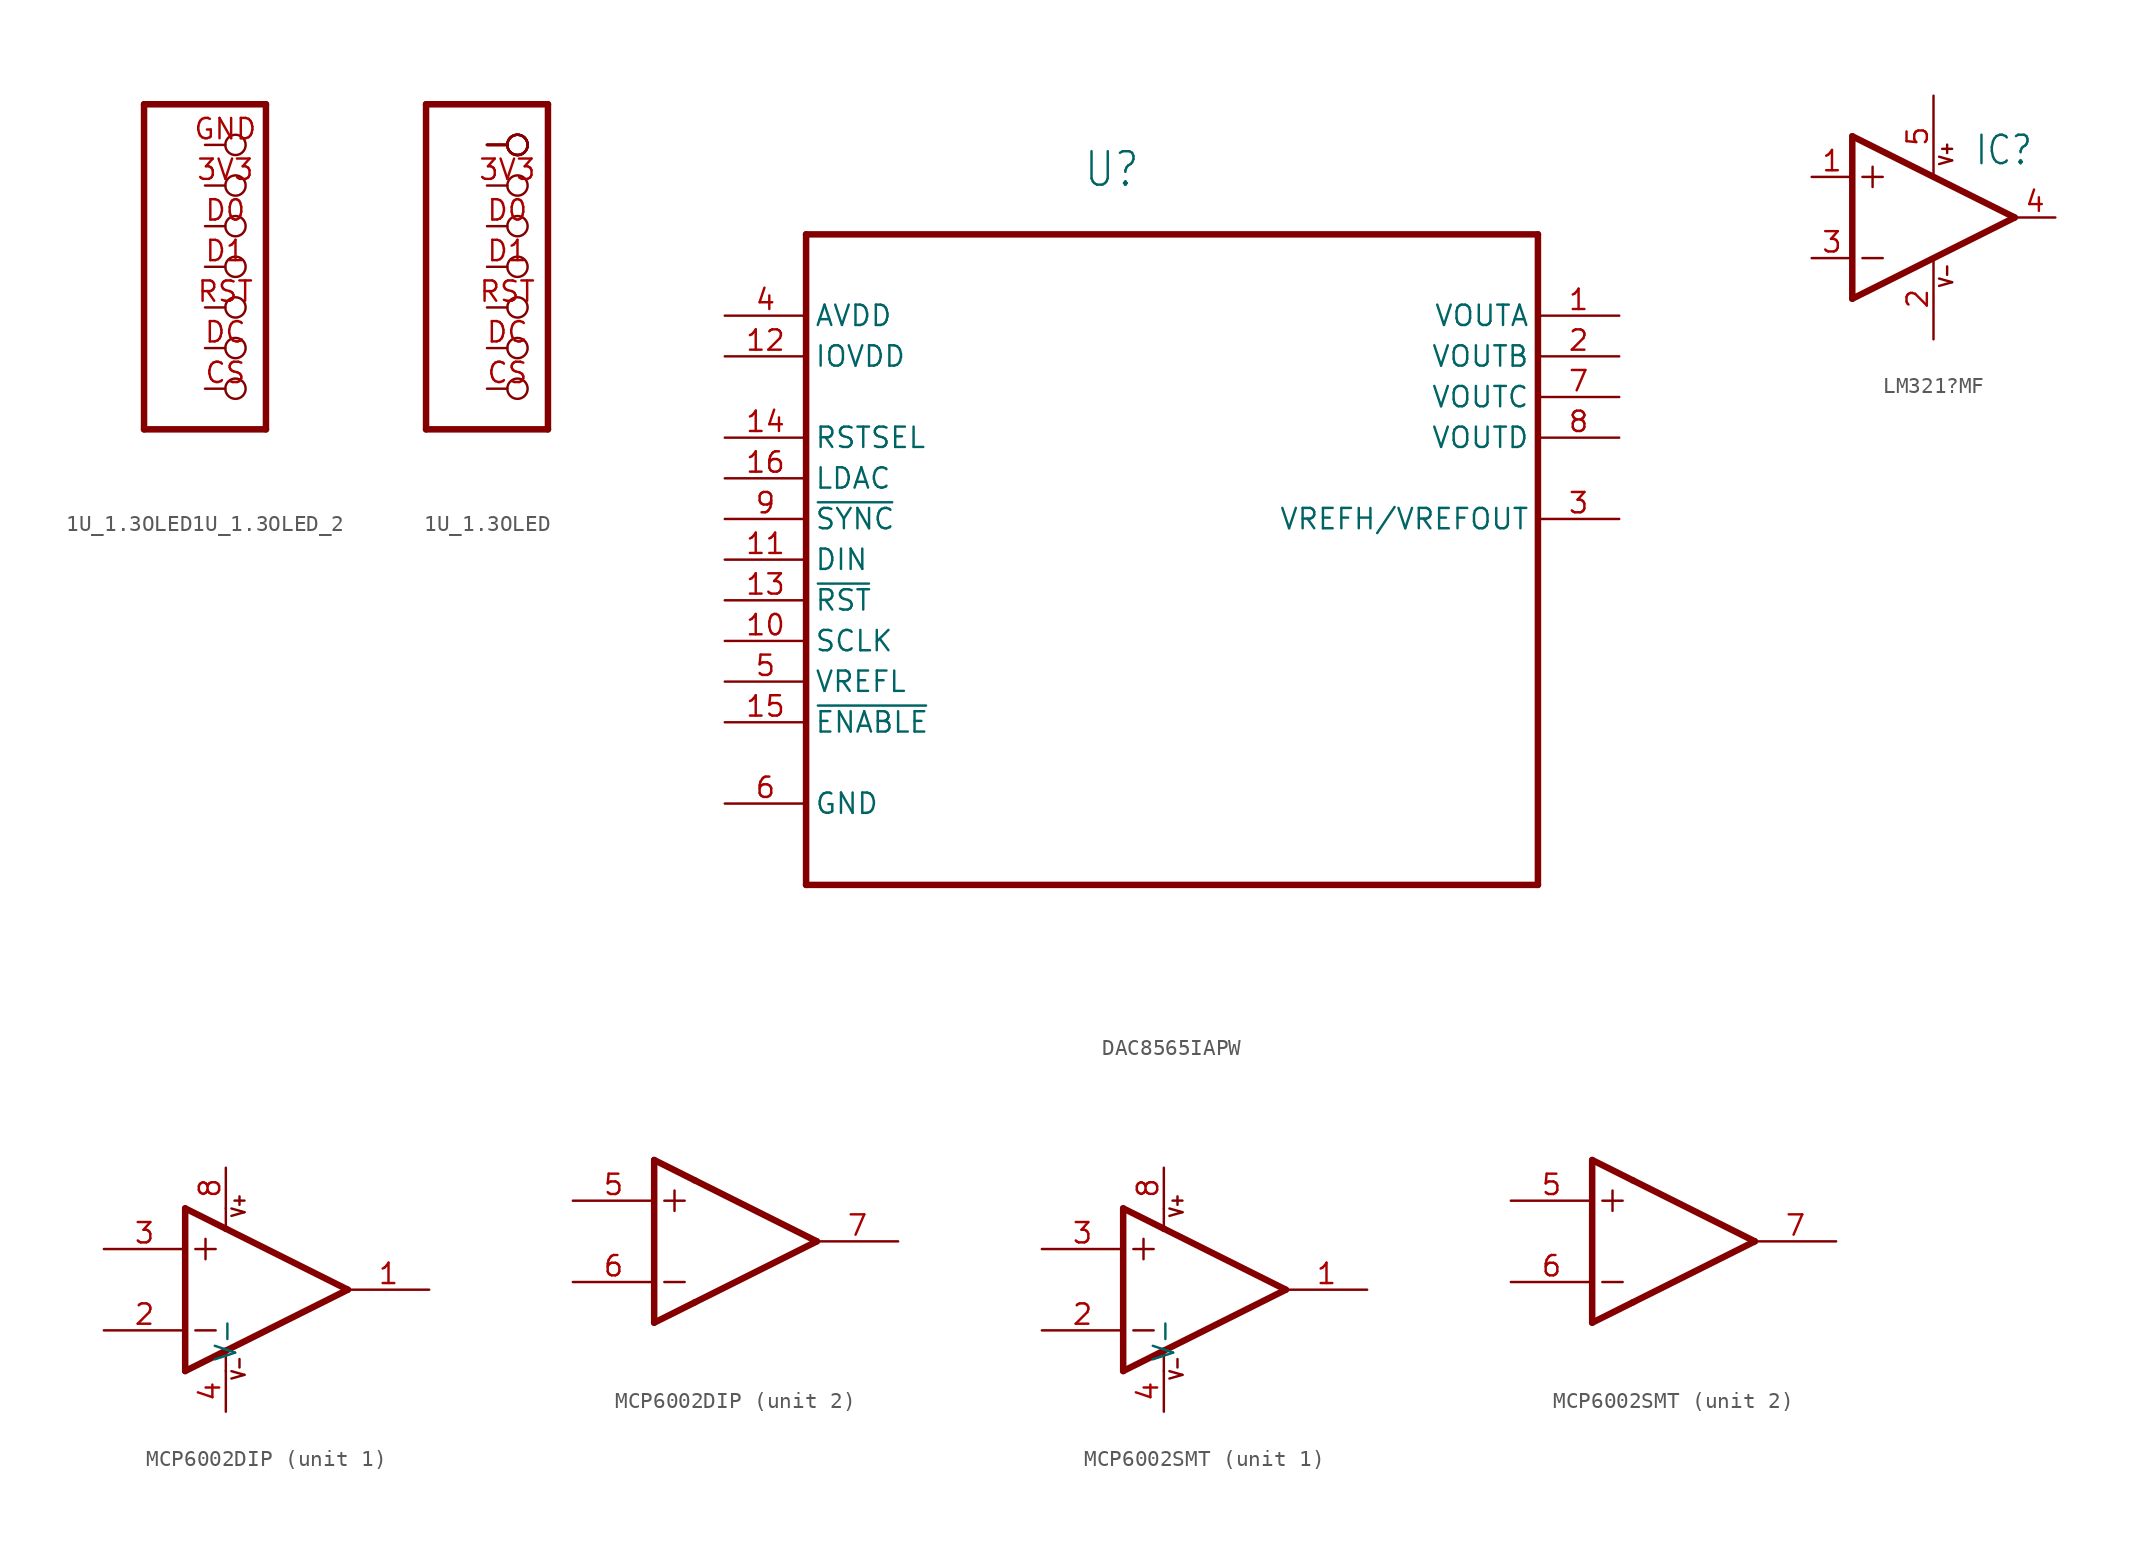
<source format=kicad_sym>
(kicad_symbol_lib
  (version 20231120)
  (generator "kicad_symbol_editor")
  (generator_version "8.0")
  (symbol "1U_1.3OLED1U_1.3OLED_2"
    (property "Reference" ""
      (at -3.81 10.795 0)
      (effects (font (size 1.778 1.511)) (justify left bottom) (hide yes)))
    (property "Value" ""
      (at -3.81 -12.7 0)
      (effects (font (size 1.778 1.511)) (justify left bottom)))
    (property "ki_locked" ""
      (at 0 0 0)
      (effects (font (size 1.27 1.27))))
    (symbol "1U_1.3OLED1U_1.3OLED_2_1_0"
      (polyline (pts (xy -3.81 -10.16) (xy 3.81 -10.16)) (stroke (width 0.406) (type solid)) (fill (type none)))
      (polyline (pts (xy -3.81 10.16) (xy -3.81 -10.16)) (stroke (width 0.406) (type solid)) (fill (type none)))
      (polyline (pts (xy 3.81 -10.16) (xy 3.81 10.16)) (stroke (width 0.406) (type solid)) (fill (type none)))
      (polyline (pts (xy 3.81 10.16) (xy -3.81 10.16)) (stroke (width 0.406) (type solid)) (fill (type none)))
      (pin passive inverted (at 0 5.08 0) (length 2.54) (name "3V3" (effects (font (size 0 0)))) (number "3V3" (effects (font (size 1.27 1.27)))))
      (pin passive inverted (at 0 -7.62 0) (length 2.54) (name "CS" (effects (font (size 0 0)))) (number "CS" (effects (font (size 1.27 1.27)))))
      (pin passive inverted (at 0 2.54 0) (length 2.54) (name "D0" (effects (font (size 0 0)))) (number "D0" (effects (font (size 1.27 1.27)))))
      (pin passive inverted (at 0 0 0) (length 2.54) (name "D1" (effects (font (size 0 0)))) (number "D1" (effects (font (size 1.27 1.27)))))
      (pin passive inverted (at 0 -5.08 0) (length 2.54) (name "DC" (effects (font (size 0 0)))) (number "DC" (effects (font (size 1.27 1.27)))))
      (pin passive inverted (at 0 7.62 0) (length 2.54) (name "GND" (effects (font (size 0 0)))) (number "GND" (effects (font (size 1.27 1.27)))))
      (pin passive inverted (at 0 -2.54 0) (length 2.54) (name "RST" (effects (font (size 0 0)))) (number "RST" (effects (font (size 1.27 1.27)))))))
  (symbol "1U_1.3OLED"
    (property "Reference" ""
      (at -3.81 10.795 0)
      (effects (font (size 1.778 1.511)) (justify left bottom) (hide yes)))
    (property "Value" ""
      (at -3.81 -12.7 0)
      (effects (font (size 1.778 1.511)) (justify left bottom)))
    (property "ki_locked" ""
      (at 0 0 0)
      (effects (font (size 1.27 1.27))))
    (symbol "1U_1.3OLED_1_0"
      (polyline (pts (xy -3.81 -10.16) (xy 3.81 -10.16)) (stroke (width 0.406) (type solid)) (fill (type none)))
      (polyline (pts (xy -3.81 10.16) (xy -3.81 -10.16)) (stroke (width 0.406) (type solid)) (fill (type none)))
      (polyline (pts (xy 3.81 -10.16) (xy 3.81 10.16)) (stroke (width 0.406) (type solid)) (fill (type none)))
      (polyline (pts (xy 3.81 10.16) (xy -3.81 10.16)) (stroke (width 0.406) (type solid)) (fill (type none)))
      (pin passive inverted (at 0 5.08 0) (length 2.54) (name "3V3" (effects (font (size 0 0)))) (number "3V3" (effects (font (size 1.27 1.27)))))
      (pin passive inverted (at 0 -7.62 0) (length 2.54) (name "CS" (effects (font (size 0 0)))) (number "CS" (effects (font (size 1.27 1.27)))))
      (pin passive inverted (at 0 2.54 0) (length 2.54) (name "D0" (effects (font (size 0 0)))) (number "D0" (effects (font (size 1.27 1.27)))))
      (pin passive inverted (at 0 0 0) (length 2.54) (name "D1" (effects (font (size 0 0)))) (number "D1" (effects (font (size 1.27 1.27)))))
      (pin passive inverted (at 0 -5.08 0) (length 2.54) (name "DC" (effects (font (size 0 0)))) (number "DC" (effects (font (size 1.27 1.27)))))
      (pin passive inverted (at 0 7.62 0) (length 2.54) (name "GND" (effects (font (size 0 0)))) (number "GND" (effects (font (size 0 0)))))
      (pin passive inverted (at 0 7.62 0) (length 2.54) (name "GND" (effects (font (size 0 0)))) (number "P$1" (effects (font (size 0 0)))))
      (pin passive inverted (at 0 7.62 0) (length 2.54) (name "GND" (effects (font (size 0 0)))) (number "P$2" (effects (font (size 0 0)))))
      (pin passive inverted (at 0 7.62 0) (length 2.54) (name "GND" (effects (font (size 0 0)))) (number "P$3" (effects (font (size 0 0)))))
      (pin passive inverted (at 0 7.62 0) (length 2.54) (name "GND" (effects (font (size 0 0)))) (number "P$4" (effects (font (size 0 0)))))
      (pin passive inverted (at 0 -2.54 0) (length 2.54) (name "RST" (effects (font (size 0 0)))) (number "RST" (effects (font (size 1.27 1.27)))))))
  (symbol "DAC8565IAPW"
    (property "Reference" "U"
      (at -5.55 20.623 0)
      (effects (font (size 2.088 1.775)) (justify left bottom)))
    (property "Value" ""
      (at -3.846 -26.92 0)
      (effects (font (size 2.088 1.775)) (justify left bottom)))
    (property "ki_locked" ""
      (at 0 0 0)
      (effects (font (size 1.27 1.27))))
    (symbol "DAC8565IAPW_1_0"
      (polyline (pts (xy -22.86 -22.86) (xy 22.86 -22.86)) (stroke (width 0.406) (type solid)) (fill (type none)))
      (polyline (pts (xy -22.86 17.78) (xy -22.86 -22.86)) (stroke (width 0.406) (type solid)) (fill (type none)))
      (polyline (pts (xy 22.86 -22.86) (xy 22.86 17.78)) (stroke (width 0.406) (type solid)) (fill (type none)))
      (polyline (pts (xy 22.86 17.78) (xy -22.86 17.78)) (stroke (width 0.406) (type solid)) (fill (type none)))
      (pin output line (at 27.94 12.7 180) (length 5.08) (name "VOUTA" (effects (font (size 1.27 1.27)))) (number "1" (effects (font (size 1.27 1.27)))))
      (pin input line (at -27.94 -7.62 0) (length 5.08) (name "SCLK" (effects (font (size 1.27 1.27)))) (number "10" (effects (font (size 1.27 1.27)))))
      (pin input line (at -27.94 -2.54 0) (length 5.08) (name "DIN" (effects (font (size 1.27 1.27)))) (number "11" (effects (font (size 1.27 1.27)))))
      (pin power_in line (at -27.94 10.16 0) (length 5.08) (name "IOVDD" (effects (font (size 1.27 1.27)))) (number "12" (effects (font (size 1.27 1.27)))))
      (pin input line (at -27.94 -5.08 0) (length 5.08) (name "~{RST}" (effects (font (size 1.27 1.27)))) (number "13" (effects (font (size 1.27 1.27)))))
      (pin input line (at -27.94 5.08 0) (length 5.08) (name "RSTSEL" (effects (font (size 1.27 1.27)))) (number "14" (effects (font (size 1.27 1.27)))))
      (pin input line (at -27.94 -12.7 0) (length 5.08) (name "~{ENABLE}" (effects (font (size 1.27 1.27)))) (number "15" (effects (font (size 1.27 1.27)))))
      (pin input line (at -27.94 2.54 0) (length 5.08) (name "LDAC" (effects (font (size 1.27 1.27)))) (number "16" (effects (font (size 1.27 1.27)))))
      (pin output line (at 27.94 10.16 180) (length 5.08) (name "VOUTB" (effects (font (size 1.27 1.27)))) (number "2" (effects (font (size 1.27 1.27)))))
      (pin bidirectional line (at 27.94 0 180) (length 5.08) (name "VREFH/VREFOUT" (effects (font (size 1.27 1.27)))) (number "3" (effects (font (size 1.27 1.27)))))
      (pin power_in line (at -27.94 12.7 0) (length 5.08) (name "AVDD" (effects (font (size 1.27 1.27)))) (number "4" (effects (font (size 1.27 1.27)))))
      (pin input line (at -27.94 -10.16 0) (length 5.08) (name "VREFL" (effects (font (size 1.27 1.27)))) (number "5" (effects (font (size 1.27 1.27)))))
      (pin passive line (at -27.94 -17.78 0) (length 5.08) (name "GND" (effects (font (size 1.27 1.27)))) (number "6" (effects (font (size 1.27 1.27)))))
      (pin output line (at 27.94 7.62 180) (length 5.08) (name "VOUTC" (effects (font (size 1.27 1.27)))) (number "7" (effects (font (size 1.27 1.27)))))
      (pin output line (at 27.94 5.08 180) (length 5.08) (name "VOUTD" (effects (font (size 1.27 1.27)))) (number "8" (effects (font (size 1.27 1.27)))))
      (pin input line (at -27.94 0 0) (length 5.08) (name "~{SYNC}" (effects (font (size 1.27 1.27)))) (number "9" (effects (font (size 1.27 1.27)))))))
  (symbol "LM321?MF"
    (property "Reference" "IC"
      (at 2.54 3.175 0)
      (effects (font (size 1.778 1.511)) (justify left bottom)))
    (property "Value" ""
      (at 2.54 -5.08 0)
      (effects (font (size 1.778 1.511)) (justify left bottom)))
    (property "ki_locked" ""
      (at 0 0 0)
      (effects (font (size 1.27 1.27))))
    (symbol "LM321?MF_1_0"
      (polyline (pts (xy -5.08 -5.08) (xy 5.08 0)) (stroke (width 0.406) (type solid)) (fill (type none)))
      (polyline (pts (xy -5.08 5.08) (xy -5.08 -5.08)) (stroke (width 0.406) (type solid)) (fill (type none)))
      (polyline (pts (xy -4.445 -2.54) (xy -3.175 -2.54)) (stroke (width 0.152) (type solid)) (fill (type none)))
      (polyline (pts (xy -4.445 2.54) (xy -3.175 2.54)) (stroke (width 0.152) (type solid)) (fill (type none)))
      (polyline (pts (xy -3.81 3.175) (xy -3.81 1.905)) (stroke (width 0.152) (type solid)) (fill (type none)))
      (polyline (pts (xy 5.08 0) (xy -5.08 5.08)) (stroke (width 0.406) (type solid)) (fill (type none)))
      (text "V+" (at 1.27 3.175 900) (effects (font (size 0.813 0.691)) (justify left bottom)))
      (text "V-" (at 1.27 -4.445 900) (effects (font (size 0.813 0.691)) (justify left bottom)))
      (pin input line (at -7.62 2.54 0) (length 2.54) (name "+IN" (effects (font (size 0 0)))) (number "1" (effects (font (size 1.27 1.27)))))
      (pin power_in line (at 0 -7.62 90) (length 5.08) (name "V-" (effects (font (size 0 0)))) (number "2" (effects (font (size 1.27 1.27)))))
      (pin input line (at -7.62 -2.54 0) (length 2.54) (name "-IN" (effects (font (size 0 0)))) (number "3" (effects (font (size 1.27 1.27)))))
      (pin output line (at 7.62 0 180) (length 2.54) (name "OUT" (effects (font (size 0 0)))) (number "4" (effects (font (size 1.27 1.27)))))
      (pin power_in line (at 0 7.62 270) (length 5.08) (name "V+" (effects (font (size 0 0)))) (number "5" (effects (font (size 1.27 1.27)))))))
  (symbol "MCP6002DIP"
    (property "Reference" ""
      (at 5.08 -5.08 0)
      (effects (font (size 1.778 1.511)) (justify left bottom) (hide yes)))
    (property "Value" ""
      (at 5.08 -7.62 0)
      (effects (font (size 1.778 1.511)) (justify left bottom)))
    (property "ki_locked" ""
      (at 0 0 0)
      (effects (font (size 1.27 1.27))))
    (symbol "MCP6002DIP_1_0"
      (polyline (pts (xy -2.54 -5.08) (xy 0 -3.81)) (stroke (width 0.406) (type solid)) (fill (type none)))
      (polyline (pts (xy -2.54 5.08) (xy -2.54 -5.08)) (stroke (width 0.406) (type solid)) (fill (type none)))
      (polyline (pts (xy -1.905 -2.54) (xy -0.635 -2.54)) (stroke (width 0.152) (type solid)) (fill (type none)))
      (polyline (pts (xy -1.905 2.54) (xy -0.635 2.54)) (stroke (width 0.152) (type solid)) (fill (type none)))
      (polyline (pts (xy -1.27 3.175) (xy -1.27 1.905)) (stroke (width 0.152) (type solid)) (fill (type none)))
      (polyline (pts (xy 0 -3.81) (xy 0 -5.08)) (stroke (width 0.152) (type solid)) (fill (type none)))
      (polyline (pts (xy 0 -3.81) (xy 7.62 0)) (stroke (width 0.406) (type solid)) (fill (type none)))
      (polyline (pts (xy 0 3.81) (xy -2.54 5.08)) (stroke (width 0.406) (type solid)) (fill (type none)))
      (polyline (pts (xy 0 3.81) (xy 0 5.08)) (stroke (width 0.152) (type solid)) (fill (type none)))
      (polyline (pts (xy 7.62 0) (xy 0 3.81)) (stroke (width 0.406) (type solid)) (fill (type none)))
      (text "V+" (at 1.27 4.445 900) (effects (font (size 0.813 0.691)) (justify left bottom)))
      (text "V-" (at 1.27 -5.715 900) (effects (font (size 0.813 0.691)) (justify left bottom)))
      (pin output line (at 12.7 0 180) (length 5.08) (name "OUT" (effects (font (size 0 0)))) (number "1" (effects (font (size 1.27 1.27)))))
      (pin input line (at -7.62 -2.54 0) (length 5.08) (name "-IN" (effects (font (size 0 0)))) (number "2" (effects (font (size 1.27 1.27)))))
      (pin input line (at -7.62 2.54 0) (length 5.08) (name "+IN" (effects (font (size 0 0)))) (number "3" (effects (font (size 1.27 1.27)))))
      (pin power_in line (at 0 -7.62 90) (length 2.54) (name "V-" (effects (font (size 1.27 1.27)))) (number "4" (effects (font (size 1.27 1.27)))))
      (pin power_in line (at 0 7.62 270) (length 2.54) (name "V+" (effects (font (size 0 0)))) (number "8" (effects (font (size 1.27 1.27))))))
    (symbol "MCP6002DIP_2_0"
      (polyline (pts (xy -2.54 -5.08) (xy 0 -3.81)) (stroke (width 0.406) (type solid)) (fill (type none)))
      (polyline (pts (xy -2.54 5.08) (xy -2.54 -5.08)) (stroke (width 0.406) (type solid)) (fill (type none)))
      (polyline (pts (xy -1.905 -2.54) (xy -0.635 -2.54)) (stroke (width 0.152) (type solid)) (fill (type none)))
      (polyline (pts (xy -1.905 2.54) (xy -0.635 2.54)) (stroke (width 0.152) (type solid)) (fill (type none)))
      (polyline (pts (xy -1.27 3.175) (xy -1.27 1.905)) (stroke (width 0.152) (type solid)) (fill (type none)))
      (polyline (pts (xy 0 -3.81) (xy 7.62 0)) (stroke (width 0.406) (type solid)) (fill (type none)))
      (polyline (pts (xy 0 3.81) (xy -2.54 5.08)) (stroke (width 0.406) (type solid)) (fill (type none)))
      (polyline (pts (xy 7.62 0) (xy 0 3.81)) (stroke (width 0.406) (type solid)) (fill (type none)))
      (pin input line (at -7.62 2.54 0) (length 5.08) (name "+IN" (effects (font (size 0 0)))) (number "5" (effects (font (size 1.27 1.27)))))
      (pin input line (at -7.62 -2.54 0) (length 5.08) (name "-IN" (effects (font (size 0 0)))) (number "6" (effects (font (size 1.27 1.27)))))
      (pin output line (at 12.7 0 180) (length 5.08) (name "OUT" (effects (font (size 0 0)))) (number "7" (effects (font (size 1.27 1.27)))))))
  (symbol "MCP6002SMT"
    (property "Reference" ""
      (at 5.08 -5.08 0)
      (effects (font (size 1.778 1.511)) (justify left bottom) (hide yes)))
    (property "Value" ""
      (at 5.08 -7.62 0)
      (effects (font (size 1.778 1.511)) (justify left bottom)))
    (property "ki_locked" ""
      (at 0 0 0)
      (effects (font (size 1.27 1.27))))
    (symbol "MCP6002SMT_1_0"
      (polyline (pts (xy -2.54 -5.08) (xy 0 -3.81)) (stroke (width 0.406) (type solid)) (fill (type none)))
      (polyline (pts (xy -2.54 5.08) (xy -2.54 -5.08)) (stroke (width 0.406) (type solid)) (fill (type none)))
      (polyline (pts (xy -1.905 -2.54) (xy -0.635 -2.54)) (stroke (width 0.152) (type solid)) (fill (type none)))
      (polyline (pts (xy -1.905 2.54) (xy -0.635 2.54)) (stroke (width 0.152) (type solid)) (fill (type none)))
      (polyline (pts (xy -1.27 3.175) (xy -1.27 1.905)) (stroke (width 0.152) (type solid)) (fill (type none)))
      (polyline (pts (xy 0 -3.81) (xy 0 -5.08)) (stroke (width 0.152) (type solid)) (fill (type none)))
      (polyline (pts (xy 0 -3.81) (xy 7.62 0)) (stroke (width 0.406) (type solid)) (fill (type none)))
      (polyline (pts (xy 0 3.81) (xy -2.54 5.08)) (stroke (width 0.406) (type solid)) (fill (type none)))
      (polyline (pts (xy 0 3.81) (xy 0 5.08)) (stroke (width 0.152) (type solid)) (fill (type none)))
      (polyline (pts (xy 7.62 0) (xy 0 3.81)) (stroke (width 0.406) (type solid)) (fill (type none)))
      (text "V+" (at 1.27 4.445 900) (effects (font (size 0.813 0.691)) (justify left bottom)))
      (text "V-" (at 1.27 -5.715 900) (effects (font (size 0.813 0.691)) (justify left bottom)))
      (pin output line (at 12.7 0 180) (length 5.08) (name "OUT" (effects (font (size 0 0)))) (number "1" (effects (font (size 1.27 1.27)))))
      (pin input line (at -7.62 -2.54 0) (length 5.08) (name "-IN" (effects (font (size 0 0)))) (number "2" (effects (font (size 1.27 1.27)))))
      (pin input line (at -7.62 2.54 0) (length 5.08) (name "+IN" (effects (font (size 0 0)))) (number "3" (effects (font (size 1.27 1.27)))))
      (pin power_in line (at 0 -7.62 90) (length 2.54) (name "V-" (effects (font (size 1.27 1.27)))) (number "4" (effects (font (size 1.27 1.27)))))
      (pin power_in line (at 0 7.62 270) (length 2.54) (name "V+" (effects (font (size 0 0)))) (number "8" (effects (font (size 1.27 1.27))))))
    (symbol "MCP6002SMT_2_0"
      (polyline (pts (xy -2.54 -5.08) (xy 0 -3.81)) (stroke (width 0.406) (type solid)) (fill (type none)))
      (polyline (pts (xy -2.54 5.08) (xy -2.54 -5.08)) (stroke (width 0.406) (type solid)) (fill (type none)))
      (polyline (pts (xy -1.905 -2.54) (xy -0.635 -2.54)) (stroke (width 0.152) (type solid)) (fill (type none)))
      (polyline (pts (xy -1.905 2.54) (xy -0.635 2.54)) (stroke (width 0.152) (type solid)) (fill (type none)))
      (polyline (pts (xy -1.27 3.175) (xy -1.27 1.905)) (stroke (width 0.152) (type solid)) (fill (type none)))
      (polyline (pts (xy 0 -3.81) (xy 7.62 0)) (stroke (width 0.406) (type solid)) (fill (type none)))
      (polyline (pts (xy 0 3.81) (xy -2.54 5.08)) (stroke (width 0.406) (type solid)) (fill (type none)))
      (polyline (pts (xy 7.62 0) (xy 0 3.81)) (stroke (width 0.406) (type solid)) (fill (type none)))
      (pin input line (at -7.62 2.54 0) (length 5.08) (name "+IN" (effects (font (size 0 0)))) (number "5" (effects (font (size 1.27 1.27)))))
      (pin input line (at -7.62 -2.54 0) (length 5.08) (name "-IN" (effects (font (size 0 0)))) (number "6" (effects (font (size 1.27 1.27)))))
      (pin output line (at 12.7 0 180) (length 5.08) (name "OUT" (effects (font (size 0 0)))) (number "7" (effects (font (size 1.27 1.27))))))))
</source>
